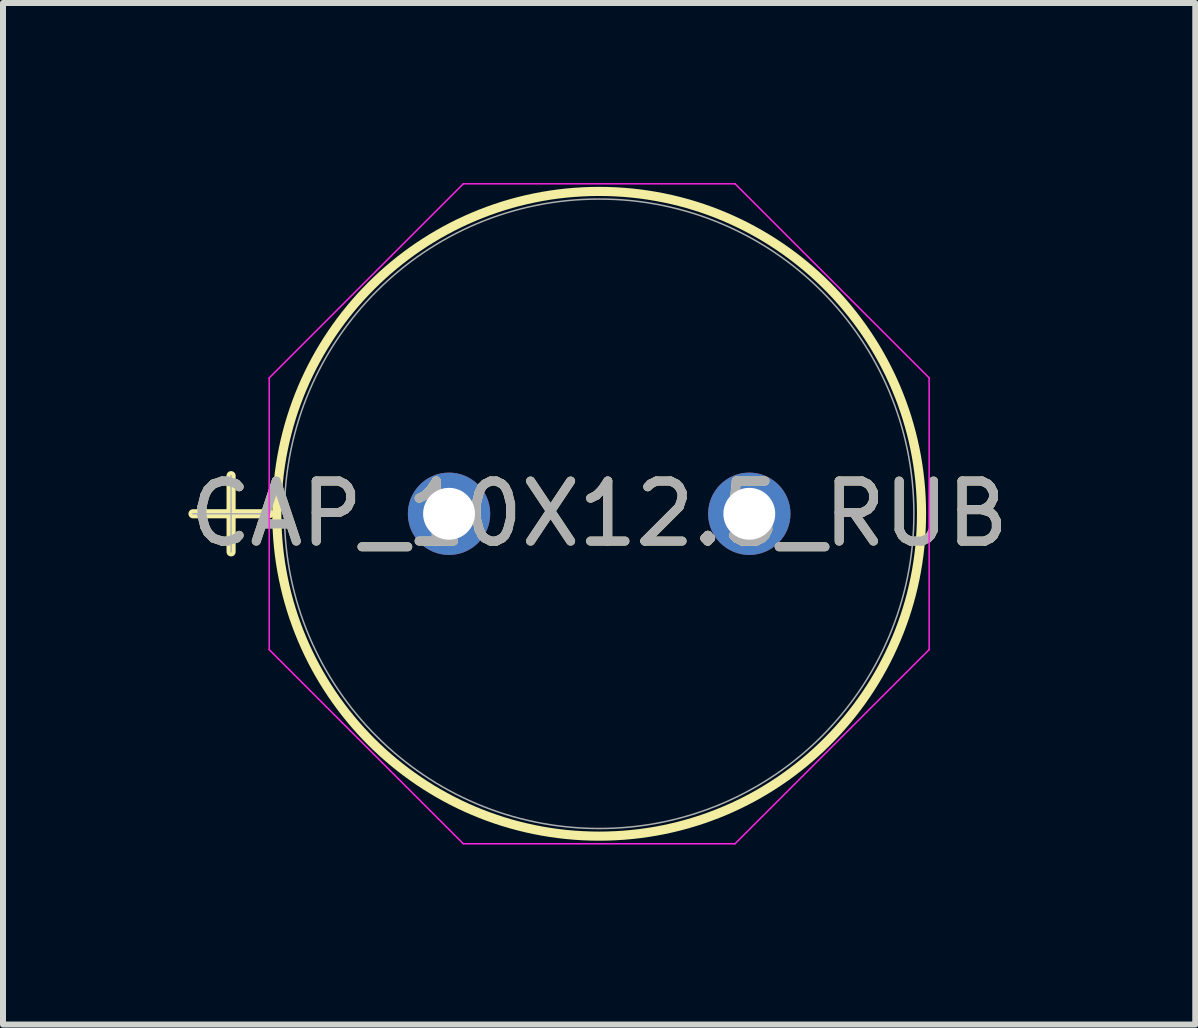
<source format=kicad_pcb>
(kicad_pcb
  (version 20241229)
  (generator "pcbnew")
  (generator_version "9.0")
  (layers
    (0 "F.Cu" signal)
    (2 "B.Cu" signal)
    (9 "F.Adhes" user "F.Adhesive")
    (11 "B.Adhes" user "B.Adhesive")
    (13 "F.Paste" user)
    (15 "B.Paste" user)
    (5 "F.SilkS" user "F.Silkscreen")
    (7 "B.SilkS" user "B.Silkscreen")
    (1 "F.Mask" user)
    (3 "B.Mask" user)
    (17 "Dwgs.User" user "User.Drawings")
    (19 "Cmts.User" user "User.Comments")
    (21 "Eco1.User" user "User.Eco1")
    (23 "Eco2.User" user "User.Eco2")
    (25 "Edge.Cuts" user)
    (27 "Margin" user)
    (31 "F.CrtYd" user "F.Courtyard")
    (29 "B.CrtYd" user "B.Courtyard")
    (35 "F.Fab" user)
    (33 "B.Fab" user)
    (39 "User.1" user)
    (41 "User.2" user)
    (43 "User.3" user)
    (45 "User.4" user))
  (footprint "CAP_10X12.5_RUB"
    (layer "F.Cu")
    (at 4.433 5.512)
    (property "Reference" "CAP_10X12.5_RUB" (at 2.502 0 0) (unlocked yes) (layer "F.SilkS") (effects (font (size 1 1) (thickness 0.15))))
    (attr through_hole)
    (fp_line (start -4.267 0) (end -2.997 0) (stroke (width 0.152) (type solid)) (layer "F.SilkS"))
    (fp_line (start -3.632 -0.635) (end -3.632 0.635) (stroke (width 0.152) (type solid)) (layer "F.SilkS"))
    (fp_circle (center 2.502 0) (end 7.874 0) (stroke (width 0.152) (type solid)) (fill no) (layer "F.SilkS"))
    (fp_line (start -2.997 -2.264) (end 0.238 -5.499) (stroke (width 0.025) (type solid)) (layer "F.CrtYd"))
    (fp_line (start -2.997 2.264) (end -2.997 -2.264) (stroke (width 0.025) (type solid)) (layer "F.CrtYd"))
    (fp_line (start 0.238 -5.499) (end 4.766 -5.499) (stroke (width 0.025) (type solid)) (layer "F.CrtYd"))
    (fp_line (start 0.238 5.499) (end -2.997 2.264) (stroke (width 0.025) (type solid)) (layer "F.CrtYd"))
    (fp_line (start 4.766 -5.499) (end 8.001 -2.264) (stroke (width 0.025) (type solid)) (layer "F.CrtYd"))
    (fp_line (start 4.766 5.499) (end 0.238 5.499) (stroke (width 0.025) (type solid)) (layer "F.CrtYd"))
    (fp_line (start 8.001 -2.264) (end 8.001 2.264) (stroke (width 0.025) (type solid)) (layer "F.CrtYd"))
    (fp_line (start 8.001 2.264) (end 4.766 5.499) (stroke (width 0.025) (type solid)) (layer "F.CrtYd"))
    (fp_line (start -4.267 0) (end -2.997 0) (stroke (width 0.025) (type solid)) (layer "F.Fab"))
    (fp_line (start -3.632 -0.635) (end -3.632 0.635) (stroke (width 0.025) (type solid)) (layer "F.Fab"))
    (fp_circle (center 2.502 0) (end 7.747 0) (stroke (width 0.025) (type solid)) (fill no) (layer "F.Fab"))
    (fp_text user "${REFERENCE}" (at 2.502 0 0) (unlocked yes) (layer "F.Fab") (effects (font (size 1 1) (thickness 0.15))))
    (pad "1" thru_hole circle (at 0 0) (size 1.372 1.372) (drill 0.864) (layers "*.Cu" "*.Mask"))
    (pad "2" thru_hole circle (at 5.004 0) (size 1.372 1.372) (drill 0.864) (layers "*.Cu" "*.Mask")))
  (gr_rect
    (start -3 -3)
    (end 16.869 14.024)
    (stroke (width 0.1) (type default))
    (fill no)
    (layer "Edge.Cuts")))
</source>
